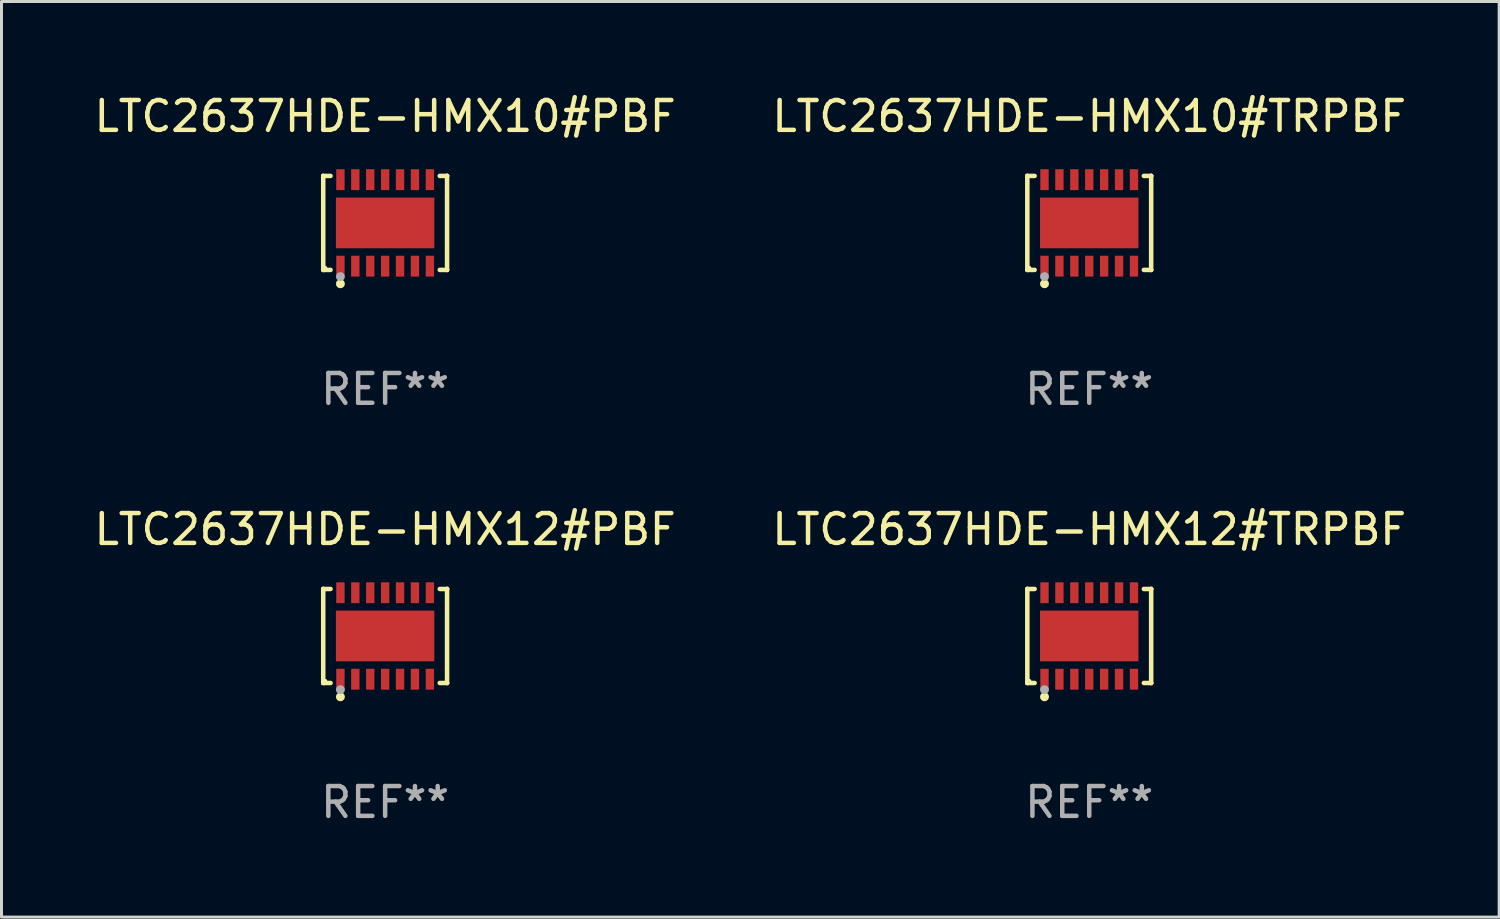
<source format=kicad_pcb>
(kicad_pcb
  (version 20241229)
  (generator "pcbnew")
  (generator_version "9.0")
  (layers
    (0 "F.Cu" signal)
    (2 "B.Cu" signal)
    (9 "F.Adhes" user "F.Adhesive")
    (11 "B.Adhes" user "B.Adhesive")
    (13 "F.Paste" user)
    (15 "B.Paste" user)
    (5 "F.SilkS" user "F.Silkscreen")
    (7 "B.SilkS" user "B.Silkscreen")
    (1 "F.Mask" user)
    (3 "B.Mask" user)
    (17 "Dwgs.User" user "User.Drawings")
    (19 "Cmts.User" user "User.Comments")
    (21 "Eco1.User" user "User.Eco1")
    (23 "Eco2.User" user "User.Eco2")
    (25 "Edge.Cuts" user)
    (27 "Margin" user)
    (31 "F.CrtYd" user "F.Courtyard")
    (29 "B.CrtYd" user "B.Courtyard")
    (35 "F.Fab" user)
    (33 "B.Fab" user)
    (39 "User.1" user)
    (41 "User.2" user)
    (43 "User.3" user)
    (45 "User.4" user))
  (footprint "LTC2637HDE-HMX12#TRPBF"
    (layer "F.Cu")
    (at 33.47 18.273)
    (property "Reference" "LTC2637HDE-HMX12#TRPBF" (at 0 -3.576 0) (layer "F.SilkS") (effects (font (size 1 1) (thickness 0.15))))
    (attr through_hole)
    (fp_line (start -2.076 -1.576) (end -2.076 -1.576) (stroke (width 0.152) (type solid)) (layer "F.SilkS"))
    (fp_line (start -2.076 -1.576) (end -1.831 -1.576) (stroke (width 0.152) (type solid)) (layer "F.SilkS"))
    (fp_line (start -2.076 1.576) (end -2.076 -1.576) (stroke (width 0.152) (type solid)) (layer "F.SilkS"))
    (fp_line (start -2.076 1.576) (end -2.076 1.576) (stroke (width 0.152) (type solid)) (layer "F.SilkS"))
    (fp_line (start -1.831 1.576) (end -2.076 1.576) (stroke (width 0.152) (type solid)) (layer "F.SilkS"))
    (fp_line (start 1.831 1.576) (end 2.076 1.576) (stroke (width 0.152) (type solid)) (layer "F.SilkS"))
    (fp_line (start 2.076 -1.576) (end 1.831 -1.576) (stroke (width 0.152) (type solid)) (layer "F.SilkS"))
    (fp_line (start 2.076 -1.576) (end 2.076 -1.576) (stroke (width 0.152) (type solid)) (layer "F.SilkS"))
    (fp_line (start 2.076 1.576) (end 2.076 -1.576) (stroke (width 0.152) (type solid)) (layer "F.SilkS"))
    (fp_line (start 2.076 1.576) (end 2.076 1.576) (stroke (width 0.152) (type solid)) (layer "F.SilkS"))
    (fp_circle (center -2 1.5) (end -1.97 1.5) (stroke (width 0.06) (type solid)) (fill no) (layer "F.SilkS"))
    (fp_circle (center -1.5 2.04) (end -1.425 2.04) (stroke (width 0.15) (type solid)) (fill no) (layer "F.SilkS"))
    (fp_circle (center -1.5 1.8) (end -1.425 1.8) (stroke (width 0.15) (type solid)) (fill no) (layer "F.Fab"))
    (fp_text user "REF**" (at 0 5.576 0) (layer "F.Fab") (effects (font (size 1 1) (thickness 0.15))))
    (pad "1" smd rect (at -1.5 1.45) (size 0.28 0.7) (layers "F.Cu" "F.Mask" "F.Paste"))
    (pad "2" smd rect (at -1 1.45) (size 0.28 0.7) (layers "F.Cu" "F.Mask" "F.Paste"))
    (pad "3" smd rect (at -0.5 1.45) (size 0.28 0.7) (layers "F.Cu" "F.Mask" "F.Paste"))
    (pad "4" smd rect (at 0 1.45) (size 0.28 0.7) (layers "F.Cu" "F.Mask" "F.Paste"))
    (pad "5" smd rect (at 0.5 1.45) (size 0.28 0.7) (layers "F.Cu" "F.Mask" "F.Paste"))
    (pad "6" smd rect (at 1 1.45) (size 0.28 0.7) (layers "F.Cu" "F.Mask" "F.Paste"))
    (pad "7" smd rect (at 1.5 1.45) (size 0.28 0.7) (layers "F.Cu" "F.Mask" "F.Paste"))
    (pad "8" smd rect (at 1.5 -1.45) (size 0.28 0.7) (layers "F.Cu" "F.Mask" "F.Paste"))
    (pad "9" smd rect (at 1 -1.45) (size 0.28 0.7) (layers "F.Cu" "F.Mask" "F.Paste"))
    (pad "10" smd rect (at 0.5 -1.45) (size 0.28 0.7) (layers "F.Cu" "F.Mask" "F.Paste"))
    (pad "11" smd rect (at 0 -1.45) (size 0.28 0.7) (layers "F.Cu" "F.Mask" "F.Paste"))
    (pad "12" smd rect (at -0.5 -1.45) (size 0.28 0.7) (layers "F.Cu" "F.Mask" "F.Paste"))
    (pad "13" smd rect (at -1 -1.45) (size 0.28 0.7) (layers "F.Cu" "F.Mask" "F.Paste"))
    (pad "14" smd rect (at -1.5 -1.45) (size 0.28 0.7) (layers "F.Cu" "F.Mask" "F.Paste"))
    (pad "15" smd rect (at 0 0) (size 3.3 1.7) (layers "F.Cu" "F.Mask" "F.Paste")))
  (footprint "LTC2637HDE-HMX10#PBF"
    (layer "F.Cu")
    (at 9.863 4.424)
    (property "Reference" "LTC2637HDE-HMX10#PBF" (at 0 -3.576 0) (layer "F.SilkS") (effects (font (size 1 1) (thickness 0.15))))
    (attr through_hole)
    (fp_line (start -2.076 -1.576) (end -2.076 -1.576) (stroke (width 0.152) (type solid)) (layer "F.SilkS"))
    (fp_line (start -2.076 -1.576) (end -1.831 -1.576) (stroke (width 0.152) (type solid)) (layer "F.SilkS"))
    (fp_line (start -2.076 1.576) (end -2.076 -1.576) (stroke (width 0.152) (type solid)) (layer "F.SilkS"))
    (fp_line (start -2.076 1.576) (end -2.076 1.576) (stroke (width 0.152) (type solid)) (layer "F.SilkS"))
    (fp_line (start -1.831 1.576) (end -2.076 1.576) (stroke (width 0.152) (type solid)) (layer "F.SilkS"))
    (fp_line (start 1.831 1.576) (end 2.076 1.576) (stroke (width 0.152) (type solid)) (layer "F.SilkS"))
    (fp_line (start 2.076 -1.576) (end 1.831 -1.576) (stroke (width 0.152) (type solid)) (layer "F.SilkS"))
    (fp_line (start 2.076 -1.576) (end 2.076 -1.576) (stroke (width 0.152) (type solid)) (layer "F.SilkS"))
    (fp_line (start 2.076 1.576) (end 2.076 -1.576) (stroke (width 0.152) (type solid)) (layer "F.SilkS"))
    (fp_line (start 2.076 1.576) (end 2.076 1.576) (stroke (width 0.152) (type solid)) (layer "F.SilkS"))
    (fp_circle (center -2 1.5) (end -1.97 1.5) (stroke (width 0.06) (type solid)) (fill no) (layer "F.SilkS"))
    (fp_circle (center -1.5 2.04) (end -1.425 2.04) (stroke (width 0.15) (type solid)) (fill no) (layer "F.SilkS"))
    (fp_circle (center -1.5 1.8) (end -1.425 1.8) (stroke (width 0.15) (type solid)) (fill no) (layer "F.Fab"))
    (fp_text user "REF**" (at 0 5.576 0) (layer "F.Fab") (effects (font (size 1 1) (thickness 0.15))))
    (pad "1" smd rect (at -1.5 1.45) (size 0.28 0.7) (layers "F.Cu" "F.Mask" "F.Paste"))
    (pad "2" smd rect (at -1 1.45) (size 0.28 0.7) (layers "F.Cu" "F.Mask" "F.Paste"))
    (pad "3" smd rect (at -0.5 1.45) (size 0.28 0.7) (layers "F.Cu" "F.Mask" "F.Paste"))
    (pad "4" smd rect (at 0 1.45) (size 0.28 0.7) (layers "F.Cu" "F.Mask" "F.Paste"))
    (pad "5" smd rect (at 0.5 1.45) (size 0.28 0.7) (layers "F.Cu" "F.Mask" "F.Paste"))
    (pad "6" smd rect (at 1 1.45) (size 0.28 0.7) (layers "F.Cu" "F.Mask" "F.Paste"))
    (pad "7" smd rect (at 1.5 1.45) (size 0.28 0.7) (layers "F.Cu" "F.Mask" "F.Paste"))
    (pad "8" smd rect (at 1.5 -1.45) (size 0.28 0.7) (layers "F.Cu" "F.Mask" "F.Paste"))
    (pad "9" smd rect (at 1 -1.45) (size 0.28 0.7) (layers "F.Cu" "F.Mask" "F.Paste"))
    (pad "10" smd rect (at 0.5 -1.45) (size 0.28 0.7) (layers "F.Cu" "F.Mask" "F.Paste"))
    (pad "11" smd rect (at 0 -1.45) (size 0.28 0.7) (layers "F.Cu" "F.Mask" "F.Paste"))
    (pad "12" smd rect (at -0.5 -1.45) (size 0.28 0.7) (layers "F.Cu" "F.Mask" "F.Paste"))
    (pad "13" smd rect (at -1 -1.45) (size 0.28 0.7) (layers "F.Cu" "F.Mask" "F.Paste"))
    (pad "14" smd rect (at -1.5 -1.45) (size 0.28 0.7) (layers "F.Cu" "F.Mask" "F.Paste"))
    (pad "15" smd rect (at 0 0) (size 3.3 1.7) (layers "F.Cu" "F.Mask" "F.Paste")))
  (footprint "LTC2637HDE-HMX10#TRPBF"
    (layer "F.Cu")
    (at 33.47 4.424)
    (property "Reference" "LTC2637HDE-HMX10#TRPBF" (at 0 -3.576 0) (layer "F.SilkS") (effects (font (size 1 1) (thickness 0.15))))
    (attr through_hole)
    (fp_line (start -2.076 -1.576) (end -2.076 -1.576) (stroke (width 0.152) (type solid)) (layer "F.SilkS"))
    (fp_line (start -2.076 -1.576) (end -1.831 -1.576) (stroke (width 0.152) (type solid)) (layer "F.SilkS"))
    (fp_line (start -2.076 1.576) (end -2.076 -1.576) (stroke (width 0.152) (type solid)) (layer "F.SilkS"))
    (fp_line (start -2.076 1.576) (end -2.076 1.576) (stroke (width 0.152) (type solid)) (layer "F.SilkS"))
    (fp_line (start -1.831 1.576) (end -2.076 1.576) (stroke (width 0.152) (type solid)) (layer "F.SilkS"))
    (fp_line (start 1.831 1.576) (end 2.076 1.576) (stroke (width 0.152) (type solid)) (layer "F.SilkS"))
    (fp_line (start 2.076 -1.576) (end 1.831 -1.576) (stroke (width 0.152) (type solid)) (layer "F.SilkS"))
    (fp_line (start 2.076 -1.576) (end 2.076 -1.576) (stroke (width 0.152) (type solid)) (layer "F.SilkS"))
    (fp_line (start 2.076 1.576) (end 2.076 -1.576) (stroke (width 0.152) (type solid)) (layer "F.SilkS"))
    (fp_line (start 2.076 1.576) (end 2.076 1.576) (stroke (width 0.152) (type solid)) (layer "F.SilkS"))
    (fp_circle (center -2 1.5) (end -1.97 1.5) (stroke (width 0.06) (type solid)) (fill no) (layer "F.SilkS"))
    (fp_circle (center -1.5 2.04) (end -1.425 2.04) (stroke (width 0.15) (type solid)) (fill no) (layer "F.SilkS"))
    (fp_circle (center -1.5 1.8) (end -1.425 1.8) (stroke (width 0.15) (type solid)) (fill no) (layer "F.Fab"))
    (fp_text user "REF**" (at 0 5.576 0) (layer "F.Fab") (effects (font (size 1 1) (thickness 0.15))))
    (pad "1" smd rect (at -1.5 1.45) (size 0.28 0.7) (layers "F.Cu" "F.Mask" "F.Paste"))
    (pad "2" smd rect (at -1 1.45) (size 0.28 0.7) (layers "F.Cu" "F.Mask" "F.Paste"))
    (pad "3" smd rect (at -0.5 1.45) (size 0.28 0.7) (layers "F.Cu" "F.Mask" "F.Paste"))
    (pad "4" smd rect (at 0 1.45) (size 0.28 0.7) (layers "F.Cu" "F.Mask" "F.Paste"))
    (pad "5" smd rect (at 0.5 1.45) (size 0.28 0.7) (layers "F.Cu" "F.Mask" "F.Paste"))
    (pad "6" smd rect (at 1 1.45) (size 0.28 0.7) (layers "F.Cu" "F.Mask" "F.Paste"))
    (pad "7" smd rect (at 1.5 1.45) (size 0.28 0.7) (layers "F.Cu" "F.Mask" "F.Paste"))
    (pad "8" smd rect (at 1.5 -1.45) (size 0.28 0.7) (layers "F.Cu" "F.Mask" "F.Paste"))
    (pad "9" smd rect (at 1 -1.45) (size 0.28 0.7) (layers "F.Cu" "F.Mask" "F.Paste"))
    (pad "10" smd rect (at 0.5 -1.45) (size 0.28 0.7) (layers "F.Cu" "F.Mask" "F.Paste"))
    (pad "11" smd rect (at 0 -1.45) (size 0.28 0.7) (layers "F.Cu" "F.Mask" "F.Paste"))
    (pad "12" smd rect (at -0.5 -1.45) (size 0.28 0.7) (layers "F.Cu" "F.Mask" "F.Paste"))
    (pad "13" smd rect (at -1 -1.45) (size 0.28 0.7) (layers "F.Cu" "F.Mask" "F.Paste"))
    (pad "14" smd rect (at -1.5 -1.45) (size 0.28 0.7) (layers "F.Cu" "F.Mask" "F.Paste"))
    (pad "15" smd rect (at 0 0) (size 3.3 1.7) (layers "F.Cu" "F.Mask" "F.Paste")))
  (footprint "LTC2637HDE-HMX12#PBF"
    (layer "F.Cu")
    (at 9.863 18.273)
    (property "Reference" "LTC2637HDE-HMX12#PBF" (at 0 -3.576 0) (layer "F.SilkS") (effects (font (size 1 1) (thickness 0.15))))
    (attr through_hole)
    (fp_line (start -2.076 -1.576) (end -2.076 -1.576) (stroke (width 0.152) (type solid)) (layer "F.SilkS"))
    (fp_line (start -2.076 -1.576) (end -1.831 -1.576) (stroke (width 0.152) (type solid)) (layer "F.SilkS"))
    (fp_line (start -2.076 1.576) (end -2.076 -1.576) (stroke (width 0.152) (type solid)) (layer "F.SilkS"))
    (fp_line (start -2.076 1.576) (end -2.076 1.576) (stroke (width 0.152) (type solid)) (layer "F.SilkS"))
    (fp_line (start -1.831 1.576) (end -2.076 1.576) (stroke (width 0.152) (type solid)) (layer "F.SilkS"))
    (fp_line (start 1.831 1.576) (end 2.076 1.576) (stroke (width 0.152) (type solid)) (layer "F.SilkS"))
    (fp_line (start 2.076 -1.576) (end 1.831 -1.576) (stroke (width 0.152) (type solid)) (layer "F.SilkS"))
    (fp_line (start 2.076 -1.576) (end 2.076 -1.576) (stroke (width 0.152) (type solid)) (layer "F.SilkS"))
    (fp_line (start 2.076 1.576) (end 2.076 -1.576) (stroke (width 0.152) (type solid)) (layer "F.SilkS"))
    (fp_line (start 2.076 1.576) (end 2.076 1.576) (stroke (width 0.152) (type solid)) (layer "F.SilkS"))
    (fp_circle (center -2 1.5) (end -1.97 1.5) (stroke (width 0.06) (type solid)) (fill no) (layer "F.SilkS"))
    (fp_circle (center -1.5 2.04) (end -1.425 2.04) (stroke (width 0.15) (type solid)) (fill no) (layer "F.SilkS"))
    (fp_circle (center -1.5 1.8) (end -1.425 1.8) (stroke (width 0.15) (type solid)) (fill no) (layer "F.Fab"))
    (fp_text user "REF**" (at 0 5.576 0) (layer "F.Fab") (effects (font (size 1 1) (thickness 0.15))))
    (pad "1" smd rect (at -1.5 1.45) (size 0.28 0.7) (layers "F.Cu" "F.Mask" "F.Paste"))
    (pad "2" smd rect (at -1 1.45) (size 0.28 0.7) (layers "F.Cu" "F.Mask" "F.Paste"))
    (pad "3" smd rect (at -0.5 1.45) (size 0.28 0.7) (layers "F.Cu" "F.Mask" "F.Paste"))
    (pad "4" smd rect (at 0 1.45) (size 0.28 0.7) (layers "F.Cu" "F.Mask" "F.Paste"))
    (pad "5" smd rect (at 0.5 1.45) (size 0.28 0.7) (layers "F.Cu" "F.Mask" "F.Paste"))
    (pad "6" smd rect (at 1 1.45) (size 0.28 0.7) (layers "F.Cu" "F.Mask" "F.Paste"))
    (pad "7" smd rect (at 1.5 1.45) (size 0.28 0.7) (layers "F.Cu" "F.Mask" "F.Paste"))
    (pad "8" smd rect (at 1.5 -1.45) (size 0.28 0.7) (layers "F.Cu" "F.Mask" "F.Paste"))
    (pad "9" smd rect (at 1 -1.45) (size 0.28 0.7) (layers "F.Cu" "F.Mask" "F.Paste"))
    (pad "10" smd rect (at 0.5 -1.45) (size 0.28 0.7) (layers "F.Cu" "F.Mask" "F.Paste"))
    (pad "11" smd rect (at 0 -1.45) (size 0.28 0.7) (layers "F.Cu" "F.Mask" "F.Paste"))
    (pad "12" smd rect (at -0.5 -1.45) (size 0.28 0.7) (layers "F.Cu" "F.Mask" "F.Paste"))
    (pad "13" smd rect (at -1 -1.45) (size 0.28 0.7) (layers "F.Cu" "F.Mask" "F.Paste"))
    (pad "14" smd rect (at -1.5 -1.45) (size 0.28 0.7) (layers "F.Cu" "F.Mask" "F.Paste"))
    (pad "15" smd rect (at 0 0) (size 3.3 1.7) (layers "F.Cu" "F.Mask" "F.Paste")))
  (gr_rect
    (start -3 -3)
    (end 47.214 27.698)
    (stroke (width 0.1) (type default))
    (fill no)
    (layer "Edge.Cuts")))
</source>
